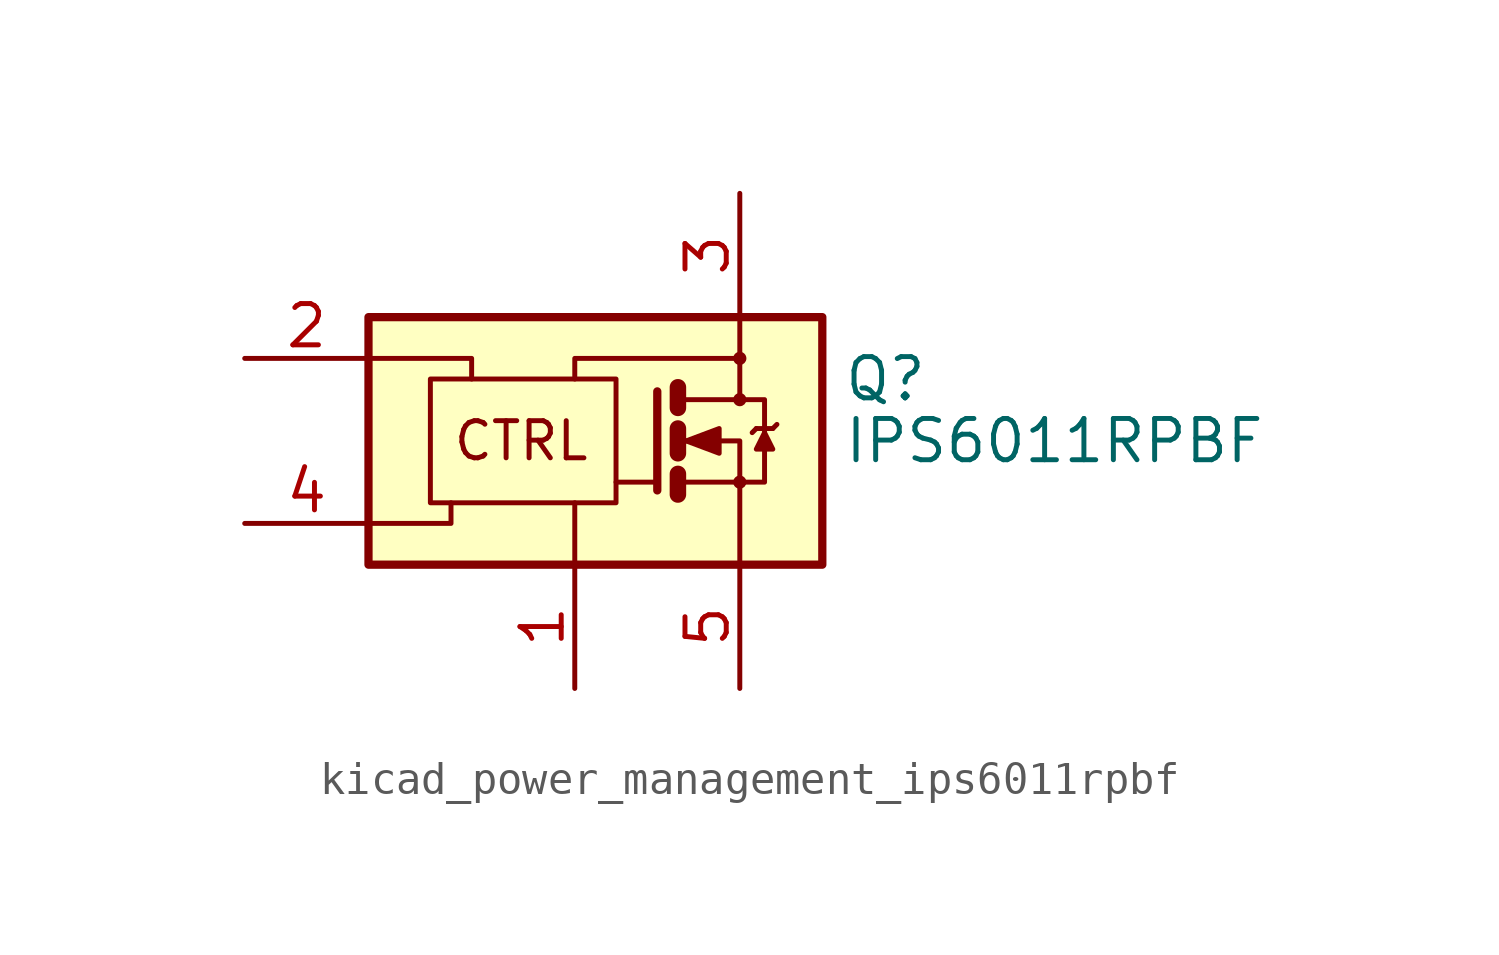
<source format=kicad_sym>
(kicad_symbol_lib
  (version 20220914)
  (generator kicad_symbol_editor)
  (symbol "kicad_power_management_ips6011rpbf"
    (pin_names
      (offset 0) hide)
    (property "Reference" "Q"
      (at 8.255 1.905 0)
      (effects (font (size 1.27 1.27)) (justify left)))
    (property "Value" "IPS6011RPBF"
      (at 8.255 0 0)
      (effects (font (size 1.27 1.27)) (justify left)))
    (symbol "kicad_power_management_ips6011rpbf_0_0"
      (rectangle (start -6.35 3.81) (end 7.62 -3.81) (stroke (width 0.254) (type default)) (fill (type background)))
      (polyline (pts (xy 0 -3.81) (xy 0 -1.905)) (stroke (width 0) (type default)) (fill (type none)))
      (polyline (pts (xy -6.35 -2.54) (xy -3.81 -2.54) (xy -3.81 -1.905)) (stroke (width 0) (type default)) (fill (type none)))
      (polyline (pts (xy -6.35 2.54) (xy -3.175 2.54) (xy -3.175 1.905)) (stroke (width 0) (type default)) (fill (type none)))
      (polyline (pts (xy 0 1.905) (xy 0 2.54) (xy 5.08 2.54)) (stroke (width 0) (type default)) (fill (type none)))
      (circle (center 5.08 2.54) (radius 0.127) (stroke (width 0) (type default)) (fill (type none)))
      (text "CTRL" (at -1.651 0 0) (effects (font (size 1.143 1.143)))))
    (symbol "kicad_power_management_ips6011rpbf_0_1"
      (rectangle (start -4.445 1.905) (end 1.27 -1.905) (stroke (width 0) (type default)) (fill (type none)))
      (polyline (pts (xy 2.54 -1.27) (xy 1.27 -1.27)) (stroke (width 0) (type default)) (fill (type none)))
      (polyline (pts (xy 3.175 -1.27) (xy 5.08 -1.27)) (stroke (width 0) (type default)) (fill (type none)))
      (polyline (pts (xy 3.175 -1.016) (xy 3.175 -1.651)) (stroke (width 0.508) (type default)) (fill (type none)))
      (polyline (pts (xy 3.175 0.381) (xy 3.175 -0.381)) (stroke (width 0.508) (type default)) (fill (type none)))
      (polyline (pts (xy 3.175 1.651) (xy 3.175 1.016)) (stroke (width 0.508) (type default)) (fill (type none)))
      (polyline (pts (xy 5.588 0.381) (xy 5.461 0.254)) (stroke (width 0) (type default)) (fill (type none)))
      (polyline (pts (xy 5.588 0.381) (xy 6.096 0.381)) (stroke (width 0) (type default)) (fill (type none)))
      (polyline (pts (xy 6.096 0.381) (xy 6.223 0.508)) (stroke (width 0) (type default)) (fill (type none)))
      (polyline (pts (xy 2.54 1.524) (xy 2.54 -1.524) (xy 2.54 -1.524)) (stroke (width 0.254) (type default)) (fill (type none)))
      (polyline (pts (xy 3.175 0) (xy 5.08 0) (xy 5.08 -3.81)) (stroke (width 0) (type default)) (fill (type none)))
      (polyline (pts (xy 3.175 1.27) (xy 5.08 1.27) (xy 5.08 3.81)) (stroke (width 0) (type default)) (fill (type none)))
      (polyline (pts (xy 5.08 -1.27) (xy 5.842 -1.27) (xy 5.842 1.27) (xy 5.08 1.27)) (stroke (width 0) (type default)) (fill (type none)))
      (polyline (pts (xy 5.842 0.254) (xy 5.588 -0.254) (xy 6.096 -0.254) (xy 5.842 0.254)) (stroke (width 0) (type default)) (fill (type outline)))
      (polyline (pts (xy 3.429 0) (xy 4.445 0.381) (xy 4.445 -0.381) (xy 3.429 0) (xy 3.556 0) (xy 3.556 0)) (stroke (width 0) (type default)) (fill (type outline)))
      (circle (center 5.08 -1.27) (radius 0.127) (stroke (width 0) (type default)) (fill (type none)))
      (circle (center 5.08 1.27) (radius 0.127) (stroke (width 0) (type default)) (fill (type none))))
    (symbol "kicad_power_management_ips6011rpbf_1_1"
      (pin power_in line (at 0 -7.62 90) (length 3.81) (name "GND" (effects (font (size 1.27 1.27)))) (number "1" (effects (font (size 1.27 1.27)))))
      (pin input line (at -10.16 2.54 0) (length 3.81) (name "IN" (effects (font (size 1.27 1.27)))) (number "2" (effects (font (size 1.27 1.27)))))
      (pin power_in line (at 5.08 7.62 270) (length 3.81) (name "VCC" (effects (font (size 1.27 1.27)))) (number "3" (effects (font (size 1.27 1.27)))))
      (pin bidirectional line (at -10.16 -2.54 0) (length 3.81) (name "DG" (effects (font (size 1.27 1.27)))) (number "4" (effects (font (size 1.27 1.27)))))
      (pin output line (at 5.08 -7.62 90) (length 3.81) (name "OUT" (effects (font (size 1.27 1.27)))) (number "5" (effects (font (size 1.27 1.27))))))))
</source>
